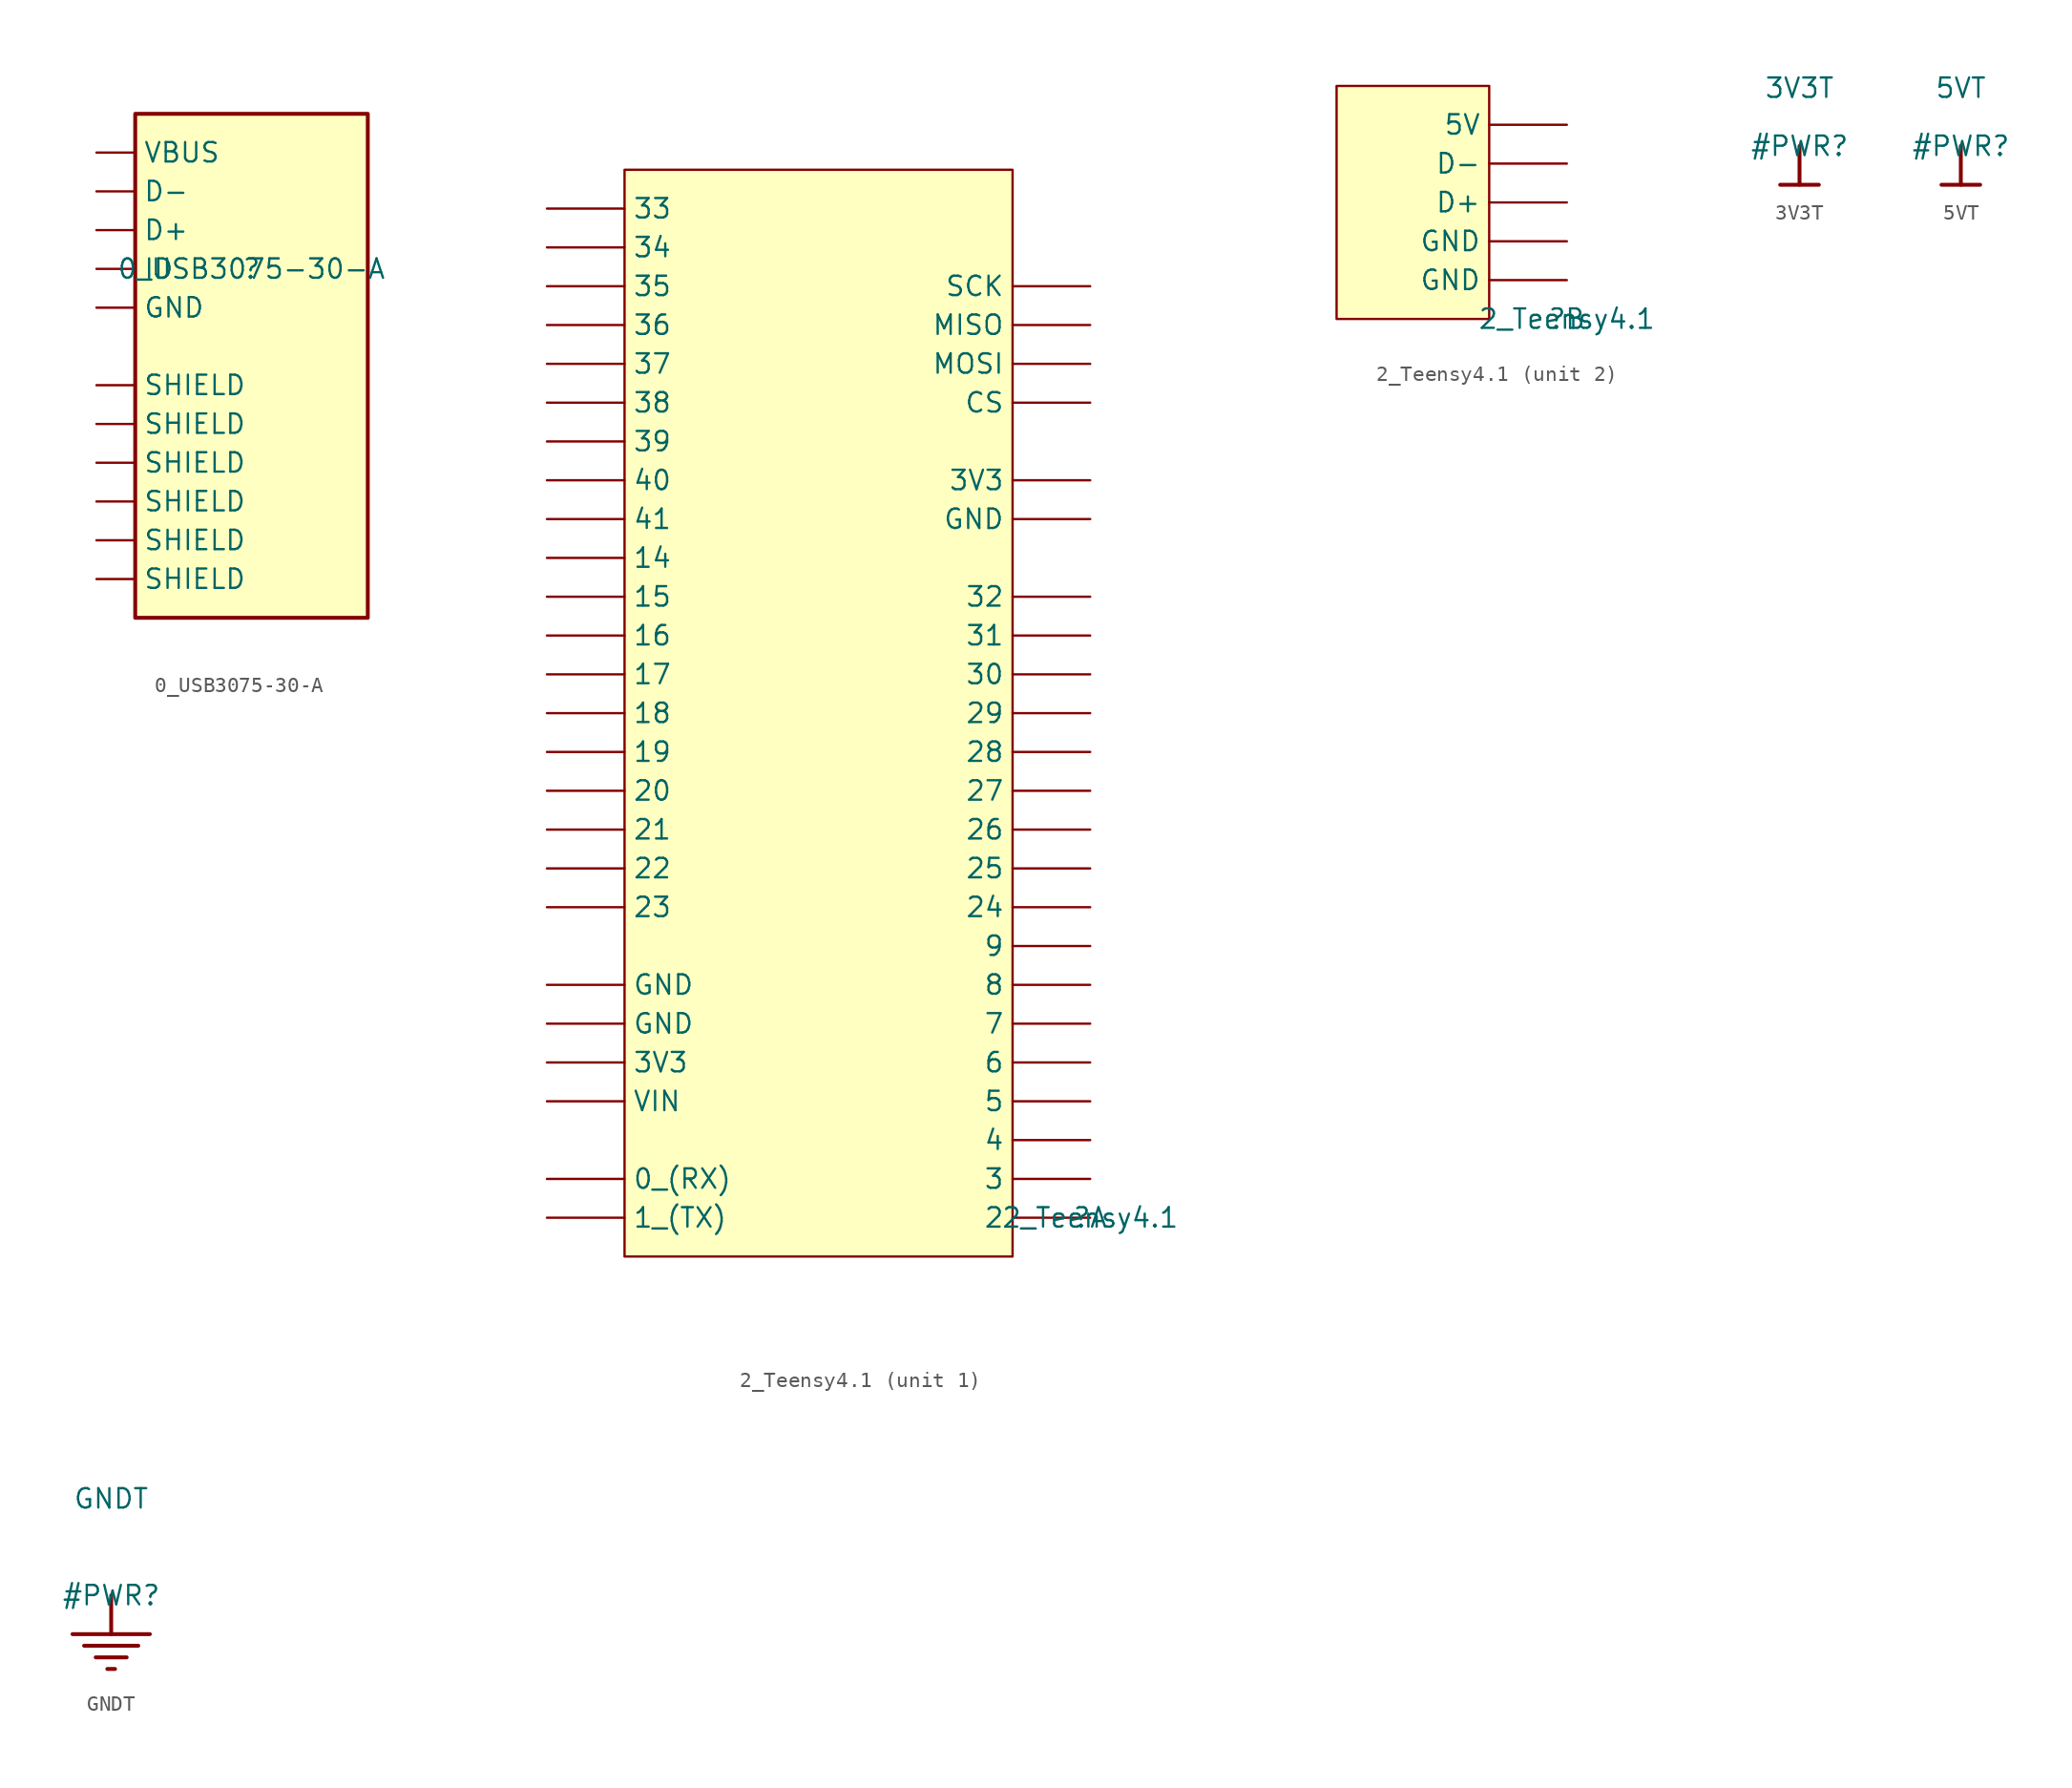
<source format=kicad_sym>
(kicad_symbol_lib
  (version 20211014)
  (generator kicad_symbol_editor)
  (symbol "0_USB3075-30-A"
    (property "Reference" ""
      (at 0 0 0)
      (effects (font (size 1.27 1.27))))
    (property "Value" "0_USB3075-30-A"
      (at 0 0 0)
      (effects (font (size 1.27 1.27))))
    (symbol "0_USB3075-30-A_1_0"
      (rectangle (start 7.62 10.16) (end -7.62 -22.86) (stroke (width 0.254) (type default) (color 0 0 0 0)) (fill (type background)))
      (pin power_in line (at -10.16 7.62 0) (length 2.54) (name "VBUS" (effects (font (size 1.27 1.27)))) (number "1" (effects (font (size 0 0)))))
      (pin bidirectional line (at -10.16 5.08 0) (length 2.54) (name "D-" (effects (font (size 1.27 1.27)))) (number "2" (effects (font (size 0 0)))))
      (pin bidirectional line (at -10.16 2.54 0) (length 2.54) (name "D+" (effects (font (size 1.27 1.27)))) (number "3" (effects (font (size 0 0)))))
      (pin bidirectional line (at -10.16 0 0) (length 2.54) (name "ID" (effects (font (size 1.27 1.27)))) (number "4" (effects (font (size 0 0)))))
      (pin power_in line (at -10.16 -2.54 0) (length 2.54) (name "GND" (effects (font (size 1.27 1.27)))) (number "5" (effects (font (size 0 0)))))
      (pin passive line (at -10.16 -7.62 0) (length 2.54) (name "SHIELD" (effects (font (size 1.27 1.27)))) (number "S1" (effects (font (size 0 0)))))
      (pin passive line (at -10.16 -10.16 0) (length 2.54) (name "SHIELD" (effects (font (size 1.27 1.27)))) (number "S2" (effects (font (size 0 0)))))
      (pin passive line (at -10.16 -12.7 0) (length 2.54) (name "SHIELD" (effects (font (size 1.27 1.27)))) (number "S3" (effects (font (size 0 0)))))
      (pin passive line (at -10.16 -15.24 0) (length 2.54) (name "SHIELD" (effects (font (size 1.27 1.27)))) (number "S4" (effects (font (size 0 0)))))
      (pin passive line (at -10.16 -17.78 0) (length 2.54) (name "SHIELD" (effects (font (size 1.27 1.27)))) (number "S5" (effects (font (size 0 0)))))
      (pin passive line (at -10.16 -20.32 0) (length 2.54) (name "SHIELD" (effects (font (size 1.27 1.27)))) (number "S6" (effects (font (size 0 0)))))))
  (symbol "2_Teensy4.1"
    (property "Reference" ""
      (at 0 0 0)
      (effects (font (size 1.27 1.27))))
    (property "Value" "2_Teensy4.1"
      (at 0 0 0)
      (effects (font (size 1.27 1.27))))
    (symbol "2_Teensy4.1_1_0"
      (rectangle (start -5.08 68.58) (end -30.48 -2.54) (stroke (width 0) (type default) (color 0 0 0 0)) (fill (type background)))
      (pin power_in line (at 0 45.72 180) (length 5.08) (name "GND" (effects (font (size 1.27 1.27)))) (number "1" (effects (font (size 0 0)))))
      (pin bidirectional line (at 0 15.24 180) (length 5.08) (name "8" (effects (font (size 1.27 1.27)))) (number "10" (effects (font (size 0 0)))))
      (pin bidirectional line (at 0 17.78 180) (length 5.08) (name "9" (effects (font (size 1.27 1.27)))) (number "11" (effects (font (size 0 0)))))
      (pin input line (at 0 53.34 180) (length 5.08) (name "CS" (effects (font (size 1.27 1.27)))) (number "12" (effects (font (size 0 0)))))
      (pin output line (at 0 55.88 180) (length 5.08) (name "MOSI" (effects (font (size 1.27 1.27)))) (number "13" (effects (font (size 0 0)))))
      (pin input line (at 0 58.42 180) (length 5.08) (name "MISO" (effects (font (size 1.27 1.27)))) (number "14" (effects (font (size 0 0)))))
      (pin power_in line (at 0 48.26 180) (length 5.08) (name "3V3" (effects (font (size 1.27 1.27)))) (number "15" (effects (font (size 0 0)))))
      (pin bidirectional line (at 0 20.32 180) (length 5.08) (name "24" (effects (font (size 1.27 1.27)))) (number "16" (effects (font (size 0 0)))))
      (pin bidirectional line (at 0 22.86 180) (length 5.08) (name "25" (effects (font (size 1.27 1.27)))) (number "17" (effects (font (size 0 0)))))
      (pin bidirectional line (at 0 25.4 180) (length 5.08) (name "26" (effects (font (size 1.27 1.27)))) (number "18" (effects (font (size 0 0)))))
      (pin bidirectional line (at 0 27.94 180) (length 5.08) (name "27" (effects (font (size 1.27 1.27)))) (number "19" (effects (font (size 0 0)))))
      (pin bidirectional line (at -35.56 2.54 0) (length 5.08) (name "0_(RX)" (effects (font (size 1.27 1.27)))) (number "2" (effects (font (size 0 0)))))
      (pin bidirectional line (at 0 30.48 180) (length 5.08) (name "28" (effects (font (size 1.27 1.27)))) (number "20" (effects (font (size 0 0)))))
      (pin bidirectional line (at 0 33.02 180) (length 5.08) (name "29" (effects (font (size 1.27 1.27)))) (number "21" (effects (font (size 0 0)))))
      (pin bidirectional line (at 0 35.56 180) (length 5.08) (name "30" (effects (font (size 1.27 1.27)))) (number "22" (effects (font (size 0 0)))))
      (pin bidirectional line (at 0 38.1 180) (length 5.08) (name "31" (effects (font (size 1.27 1.27)))) (number "23" (effects (font (size 0 0)))))
      (pin bidirectional line (at 0 40.64 180) (length 5.08) (name "32" (effects (font (size 1.27 1.27)))) (number "24" (effects (font (size 0 0)))))
      (pin bidirectional line (at -35.56 66.04 0) (length 5.08) (name "33" (effects (font (size 1.27 1.27)))) (number "25" (effects (font (size 0 0)))))
      (pin bidirectional line (at -35.56 63.5 0) (length 5.08) (name "34" (effects (font (size 1.27 1.27)))) (number "26" (effects (font (size 0 0)))))
      (pin bidirectional line (at -35.56 60.96 0) (length 5.08) (name "35" (effects (font (size 1.27 1.27)))) (number "27" (effects (font (size 0 0)))))
      (pin bidirectional line (at -35.56 58.42 0) (length 5.08) (name "36" (effects (font (size 1.27 1.27)))) (number "28" (effects (font (size 0 0)))))
      (pin bidirectional line (at -35.56 55.88 0) (length 5.08) (name "37" (effects (font (size 1.27 1.27)))) (number "29" (effects (font (size 0 0)))))
      (pin bidirectional line (at -35.56 0 0) (length 5.08) (name "1_(TX)" (effects (font (size 1.27 1.27)))) (number "3" (effects (font (size 0 0)))))
      (pin bidirectional line (at -35.56 53.34 0) (length 5.08) (name "38" (effects (font (size 1.27 1.27)))) (number "30" (effects (font (size 0 0)))))
      (pin bidirectional line (at -35.56 50.8 0) (length 5.08) (name "39" (effects (font (size 1.27 1.27)))) (number "31" (effects (font (size 0 0)))))
      (pin bidirectional line (at -35.56 48.26 0) (length 5.08) (name "40" (effects (font (size 1.27 1.27)))) (number "32" (effects (font (size 0 0)))))
      (pin bidirectional line (at -35.56 45.72 0) (length 5.08) (name "41" (effects (font (size 1.27 1.27)))) (number "33" (effects (font (size 0 0)))))
      (pin power_in line (at -35.56 15.24 0) (length 5.08) (name "GND" (effects (font (size 1.27 1.27)))) (number "34" (effects (font (size 0 0)))))
      (pin output line (at 0 60.96 180) (length 5.08) (name "SCK" (effects (font (size 1.27 1.27)))) (number "35" (effects (font (size 0 0)))))
      (pin bidirectional line (at -35.56 43.18 0) (length 5.08) (name "14" (effects (font (size 1.27 1.27)))) (number "36" (effects (font (size 0 0)))))
      (pin bidirectional line (at -35.56 40.64 0) (length 5.08) (name "15" (effects (font (size 1.27 1.27)))) (number "37" (effects (font (size 0 0)))))
      (pin bidirectional line (at -35.56 38.1 0) (length 5.08) (name "16" (effects (font (size 1.27 1.27)))) (number "38" (effects (font (size 0 0)))))
      (pin bidirectional line (at -35.56 35.56 0) (length 5.08) (name "17" (effects (font (size 1.27 1.27)))) (number "39" (effects (font (size 0 0)))))
      (pin bidirectional line (at 0 0 180) (length 5.08) (name "2" (effects (font (size 1.27 1.27)))) (number "4" (effects (font (size 0 0)))))
      (pin bidirectional line (at -35.56 33.02 0) (length 5.08) (name "18" (effects (font (size 1.27 1.27)))) (number "40" (effects (font (size 0 0)))))
      (pin bidirectional line (at -35.56 30.48 0) (length 5.08) (name "19" (effects (font (size 1.27 1.27)))) (number "41" (effects (font (size 0 0)))))
      (pin bidirectional line (at -35.56 27.94 0) (length 5.08) (name "20" (effects (font (size 1.27 1.27)))) (number "42" (effects (font (size 0 0)))))
      (pin bidirectional line (at -35.56 25.4 0) (length 5.08) (name "21" (effects (font (size 1.27 1.27)))) (number "43" (effects (font (size 0 0)))))
      (pin bidirectional line (at -35.56 22.86 0) (length 5.08) (name "22" (effects (font (size 1.27 1.27)))) (number "44" (effects (font (size 0 0)))))
      (pin bidirectional line (at -35.56 20.32 0) (length 5.08) (name "23" (effects (font (size 1.27 1.27)))) (number "45" (effects (font (size 0 0)))))
      (pin power_in line (at -35.56 10.16 0) (length 5.08) (name "3V3" (effects (font (size 1.27 1.27)))) (number "46" (effects (font (size 0 0)))))
      (pin power_in line (at -35.56 12.7 0) (length 5.08) (name "GND" (effects (font (size 1.27 1.27)))) (number "47" (effects (font (size 0 0)))))
      (pin power_in line (at -35.56 7.62 0) (length 5.08) (name "VIN" (effects (font (size 1.27 1.27)))) (number "48" (effects (font (size 0 0)))))
      (pin bidirectional line (at 0 2.54 180) (length 5.08) (name "3" (effects (font (size 1.27 1.27)))) (number "5" (effects (font (size 0 0)))))
      (pin bidirectional line (at 0 5.08 180) (length 5.08) (name "4" (effects (font (size 1.27 1.27)))) (number "6" (effects (font (size 0 0)))))
      (pin bidirectional line (at 0 7.62 180) (length 5.08) (name "5" (effects (font (size 1.27 1.27)))) (number "7" (effects (font (size 0 0)))))
      (pin bidirectional line (at 0 10.16 180) (length 5.08) (name "6" (effects (font (size 1.27 1.27)))) (number "8" (effects (font (size 0 0)))))
      (pin bidirectional line (at 0 12.7 180) (length 5.08) (name "7" (effects (font (size 1.27 1.27)))) (number "9" (effects (font (size 0 0))))))
    (symbol "2_Teensy4.1_2_0"
      (rectangle (start -5.08 15.24) (end -15.062 0) (stroke (width 0) (type default) (color 0 0 0 0)) (fill (type background)))
      (pin input line (at 0 2.54 180) (length 5.08) (name "GND" (effects (font (size 1.27 1.27)))) (number "49" (effects (font (size 0 0)))))
      (pin input line (at 0 5.08 180) (length 5.08) (name "GND" (effects (font (size 1.27 1.27)))) (number "50" (effects (font (size 0 0)))))
      (pin input line (at 0 7.62 180) (length 5.08) (name "D+" (effects (font (size 1.27 1.27)))) (number "51" (effects (font (size 0 0)))))
      (pin input line (at 0 10.16 180) (length 5.08) (name "D-" (effects (font (size 1.27 1.27)))) (number "52" (effects (font (size 0 0)))))
      (pin input line (at 0 12.7 180) (length 5.08) (name "5V" (effects (font (size 1.27 1.27)))) (number "53" (effects (font (size 0 0)))))))
  (symbol "3V3T"
    (power)
    (property "Reference" "#PWR"
      (at 0 0 0)
      (effects (font (size 1.27 1.27))))
    (property "Value" "3V3T"
      (at 0 3.81 0)
      (effects (font (size 1.27 1.27))))
    (symbol "3V3T_0_0"
      (polyline (pts (xy -1.27 -2.54) (xy 1.27 -2.54)) (stroke (width 0.254) (type default) (color 0 0 0 0)) (fill (type none)))
      (polyline (pts (xy 0 0) (xy 0 -2.54)) (stroke (width 0.254) (type default) (color 0 0 0 0)) (fill (type none)))
      (pin power_in line (at 0 0 0) (length 0) hide (name "3V3T" (effects (font (size 1.27 1.27)))) (number "" (effects (font (size 1.27 1.27)))))))
  (symbol "5VT"
    (power)
    (property "Reference" "#PWR"
      (at 0 0 0)
      (effects (font (size 1.27 1.27))))
    (property "Value" "5VT"
      (at 0 3.81 0)
      (effects (font (size 1.27 1.27))))
    (symbol "5VT_0_0"
      (polyline (pts (xy -1.27 -2.54) (xy 1.27 -2.54)) (stroke (width 0.254) (type default) (color 0 0 0 0)) (fill (type none)))
      (polyline (pts (xy 0 0) (xy 0 -2.54)) (stroke (width 0.254) (type default) (color 0 0 0 0)) (fill (type none)))
      (pin power_in line (at 0 0 0) (length 0) hide (name "5VT" (effects (font (size 1.27 1.27)))) (number "" (effects (font (size 1.27 1.27)))))))
  (symbol "GNDT"
    (power)
    (property "Reference" "#PWR"
      (at 0 0 0)
      (effects (font (size 1.27 1.27))))
    (property "Value" "GNDT"
      (at 0 6.35 0)
      (effects (font (size 1.27 1.27))))
    (symbol "GNDT_0_0"
      (polyline (pts (xy -2.54 -2.54) (xy 2.54 -2.54)) (stroke (width 0.254) (type default) (color 0 0 0 0)) (fill (type none)))
      (polyline (pts (xy -1.778 -3.302) (xy 1.778 -3.302)) (stroke (width 0.254) (type default) (color 0 0 0 0)) (fill (type none)))
      (polyline (pts (xy -1.016 -4.064) (xy 1.016 -4.064)) (stroke (width 0.254) (type default) (color 0 0 0 0)) (fill (type none)))
      (polyline (pts (xy -0.254 -4.826) (xy 0.254 -4.826)) (stroke (width 0.254) (type default) (color 0 0 0 0)) (fill (type none)))
      (polyline (pts (xy 0 0) (xy 0 -2.54)) (stroke (width 0.254) (type default) (color 0 0 0 0)) (fill (type none)))
      (pin power_in line (at 0 0 0) (length 0) hide (name "GNDT" (effects (font (size 1.27 1.27)))) (number "" (effects (font (size 1.27 1.27))))))))
</source>
